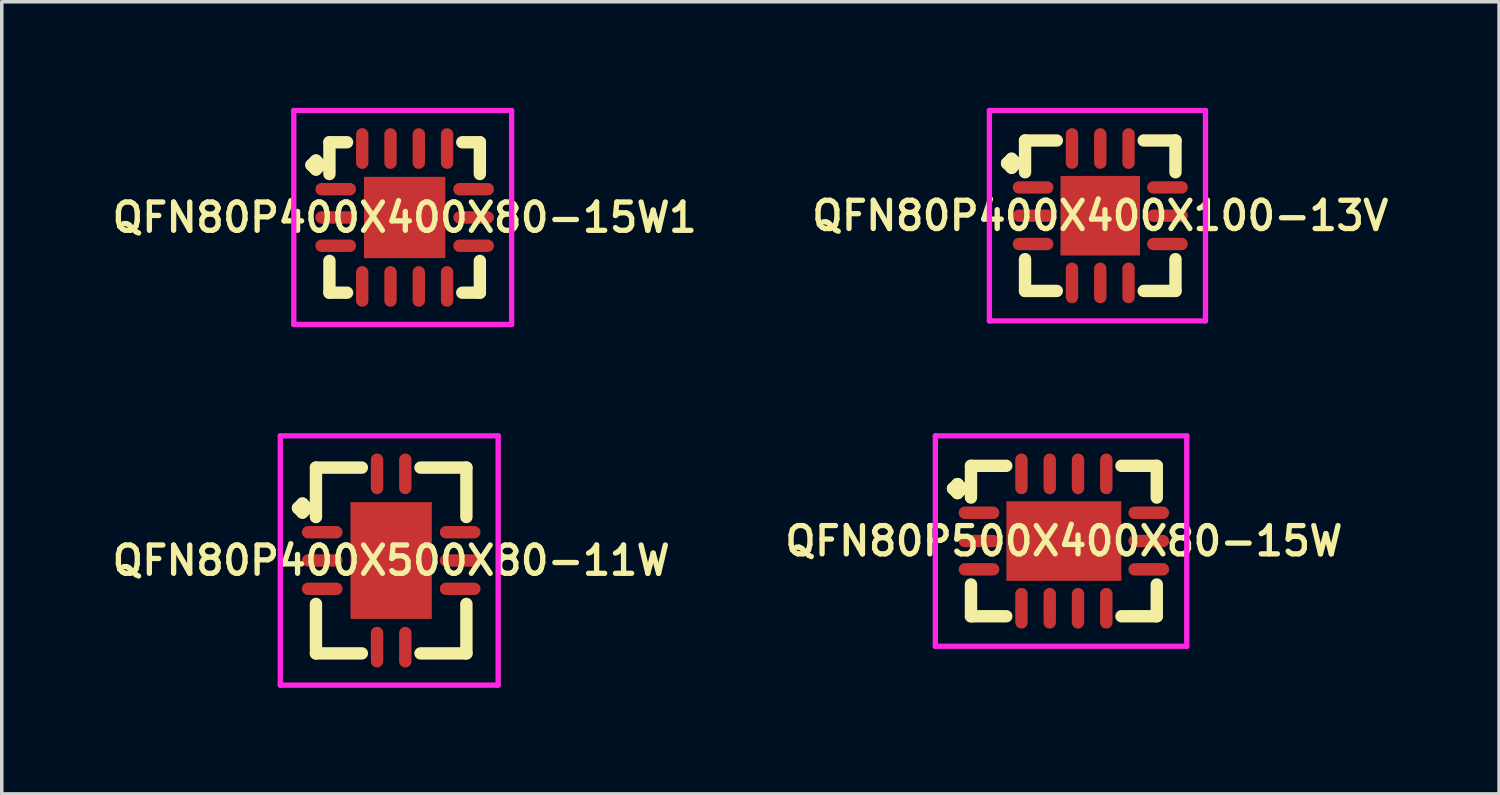
<source format=kicad_pcb>
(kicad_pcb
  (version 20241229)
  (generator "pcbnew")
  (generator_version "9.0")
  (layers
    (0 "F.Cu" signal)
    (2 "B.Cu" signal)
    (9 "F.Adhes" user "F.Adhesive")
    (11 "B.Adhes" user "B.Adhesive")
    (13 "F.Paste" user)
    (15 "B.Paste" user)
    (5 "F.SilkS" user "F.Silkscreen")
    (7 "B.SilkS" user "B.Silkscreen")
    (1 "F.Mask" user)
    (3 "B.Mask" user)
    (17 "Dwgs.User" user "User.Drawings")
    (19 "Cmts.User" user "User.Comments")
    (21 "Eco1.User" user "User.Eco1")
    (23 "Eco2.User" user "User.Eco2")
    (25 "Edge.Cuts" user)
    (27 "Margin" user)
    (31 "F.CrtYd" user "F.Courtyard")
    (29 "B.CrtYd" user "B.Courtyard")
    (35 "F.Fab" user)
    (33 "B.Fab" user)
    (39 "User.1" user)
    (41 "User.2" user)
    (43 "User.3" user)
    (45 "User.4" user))
  (footprint "QFN80P400X400X100-13V"
    (layer "F.Cu")
    (at 28.064 3.05)
    (property "Reference" "QFN80P400X400X100-13V" (at 0 0 0) (layer "F.SilkS") (effects (font (size 0.8 0.8) (thickness 0.15))))
    (attr smd)
    (fp_line (start -2.635 -1.483) (end -2.508 -1.61) (stroke (width 0.35) (type solid)) (layer "F.SilkS"))
    (fp_line (start -2.508 -1.61) (end -2.381 -1.483) (stroke (width 0.35) (type solid)) (layer "F.SilkS"))
    (fp_line (start -2.508 -1.356) (end -2.635 -1.483) (stroke (width 0.35) (type solid)) (layer "F.SilkS"))
    (fp_line (start -2.381 -1.483) (end -2.508 -1.356) (stroke (width 0.35) (type solid)) (layer "F.SilkS"))
    (fp_line (start -2.127 -2.127) (end -1.229 -2.127) (stroke (width 0.35) (type solid)) (layer "F.SilkS"))
    (fp_line (start -2.127 -1.229) (end -2.127 -2.127) (stroke (width 0.35) (type solid)) (layer "F.SilkS"))
    (fp_line (start -2.127 1.229) (end -2.127 2.127) (stroke (width 0.35) (type solid)) (layer "F.SilkS"))
    (fp_line (start -2.127 2.127) (end -1.229 2.127) (stroke (width 0.35) (type solid)) (layer "F.SilkS"))
    (fp_line (start 1.229 -2.127) (end 2.127 -2.127) (stroke (width 0.35) (type solid)) (layer "F.SilkS"))
    (fp_line (start 1.229 2.127) (end 2.127 2.127) (stroke (width 0.35) (type solid)) (layer "F.SilkS"))
    (fp_line (start 2.127 -2.127) (end 2.127 -1.229) (stroke (width 0.35) (type solid)) (layer "F.SilkS"))
    (fp_line (start 2.127 2.127) (end 2.127 1.229) (stroke (width 0.35) (type solid)) (layer "F.SilkS"))
    (fp_line (start -3.135 -2.975) (end 2.975 -2.975) (stroke (width 0.15) (type solid)) (layer "F.CrtYd"))
    (fp_line (start -3.135 2.975) (end -3.135 -2.975) (stroke (width 0.15) (type solid)) (layer "F.CrtYd"))
    (fp_line (start 2.975 -2.975) (end 2.975 2.975) (stroke (width 0.15) (type solid)) (layer "F.CrtYd"))
    (fp_line (start 2.975 2.975) (end -3.135 2.975) (stroke (width 0.15) (type solid)) (layer "F.CrtYd"))
    (pad "1" smd oval (at -1.9 -0.8) (size 1.15 0.35) (layers "F.Cu" "F.Mask" "F.Paste"))
    (pad "2" smd oval (at -1.9 0) (size 1.15 0.35) (layers "F.Cu" "F.Mask" "F.Paste"))
    (pad "3" smd oval (at -1.9 0.8) (size 1.15 0.35) (layers "F.Cu" "F.Mask" "F.Paste"))
    (pad "4" smd oval (at -0.8 1.9) (size 0.35 1.15) (layers "F.Cu" "F.Mask" "F.Paste"))
    (pad "5" smd oval (at 0 1.9) (size 0.35 1.15) (layers "F.Cu" "F.Mask" "F.Paste"))
    (pad "6" smd oval (at 0.8 1.9) (size 0.35 1.15) (layers "F.Cu" "F.Mask" "F.Paste"))
    (pad "7" smd oval (at 1.9 0.8) (size 1.15 0.35) (layers "F.Cu" "F.Mask" "F.Paste"))
    (pad "8" smd oval (at 1.9 0) (size 1.15 0.35) (layers "F.Cu" "F.Mask" "F.Paste"))
    (pad "9" smd oval (at 1.9 -0.8) (size 1.15 0.35) (layers "F.Cu" "F.Mask" "F.Paste"))
    (pad "10" smd oval (at 0.8 -1.9) (size 0.35 1.15) (layers "F.Cu" "F.Mask" "F.Paste"))
    (pad "11" smd oval (at 0 -1.9) (size 0.35 1.15) (layers "F.Cu" "F.Mask" "F.Paste"))
    (pad "12" smd oval (at -0.8 -1.9) (size 0.35 1.15) (layers "F.Cu" "F.Mask" "F.Paste"))
    (pad "13" smd rect (at 0 0) (size 2.25 2.25) (layers "F.Cu" "F.Mask" "F.Paste")))
  (footprint "QFN80P500X400X80-15W"
    (layer "F.Cu")
    (at 27.035 12.25)
    (property "Reference" "QFN80P500X400X80-15W" (at 0 0 0) (layer "F.SilkS") (effects (font (size 0.8 0.8) (thickness 0.15))))
    (attr smd)
    (fp_line (start -3.135 -1.483) (end -3.008 -1.61) (stroke (width 0.35) (type solid)) (layer "F.SilkS"))
    (fp_line (start -3.008 -1.61) (end -2.881 -1.483) (stroke (width 0.35) (type solid)) (layer "F.SilkS"))
    (fp_line (start -3.008 -1.356) (end -3.135 -1.483) (stroke (width 0.35) (type solid)) (layer "F.SilkS"))
    (fp_line (start -2.881 -1.483) (end -3.008 -1.356) (stroke (width 0.35) (type solid)) (layer "F.SilkS"))
    (fp_line (start -2.627 -2.127) (end -1.629 -2.127) (stroke (width 0.35) (type solid)) (layer "F.SilkS"))
    (fp_line (start -2.627 -1.229) (end -2.627 -2.127) (stroke (width 0.35) (type solid)) (layer "F.SilkS"))
    (fp_line (start -2.627 1.229) (end -2.627 2.127) (stroke (width 0.35) (type solid)) (layer "F.SilkS"))
    (fp_line (start -2.627 2.127) (end -1.629 2.127) (stroke (width 0.35) (type solid)) (layer "F.SilkS"))
    (fp_line (start 1.629 -2.127) (end 2.627 -2.127) (stroke (width 0.35) (type solid)) (layer "F.SilkS"))
    (fp_line (start 1.629 2.127) (end 2.627 2.127) (stroke (width 0.35) (type solid)) (layer "F.SilkS"))
    (fp_line (start 2.627 -2.127) (end 2.627 -1.229) (stroke (width 0.35) (type solid)) (layer "F.SilkS"))
    (fp_line (start 2.627 2.127) (end 2.627 1.229) (stroke (width 0.35) (type solid)) (layer "F.SilkS"))
    (fp_line (start -3.635 -2.975) (end 3.475 -2.975) (stroke (width 0.15) (type solid)) (layer "F.CrtYd"))
    (fp_line (start -3.635 2.975) (end -3.635 -2.975) (stroke (width 0.15) (type solid)) (layer "F.CrtYd"))
    (fp_line (start 3.475 -2.975) (end 3.475 2.975) (stroke (width 0.15) (type solid)) (layer "F.CrtYd"))
    (fp_line (start 3.475 2.975) (end -3.635 2.975) (stroke (width 0.15) (type solid)) (layer "F.CrtYd"))
    (pad "1" smd oval (at -2.4 -0.8) (size 1.15 0.35) (layers "F.Cu" "F.Mask" "F.Paste"))
    (pad "2" smd oval (at -2.4 0) (size 1.15 0.35) (layers "F.Cu" "F.Mask" "F.Paste"))
    (pad "3" smd oval (at -2.4 0.8) (size 1.15 0.35) (layers "F.Cu" "F.Mask" "F.Paste"))
    (pad "4" smd oval (at -1.2 1.9) (size 0.35 1.15) (layers "F.Cu" "F.Mask" "F.Paste"))
    (pad "5" smd oval (at -0.4 1.9) (size 0.35 1.15) (layers "F.Cu" "F.Mask" "F.Paste"))
    (pad "6" smd oval (at 0.4 1.9) (size 0.35 1.15) (layers "F.Cu" "F.Mask" "F.Paste"))
    (pad "7" smd oval (at 1.2 1.9) (size 0.35 1.15) (layers "F.Cu" "F.Mask" "F.Paste"))
    (pad "8" smd oval (at 2.4 0.8) (size 1.15 0.35) (layers "F.Cu" "F.Mask" "F.Paste"))
    (pad "9" smd oval (at 2.4 0) (size 1.15 0.35) (layers "F.Cu" "F.Mask" "F.Paste"))
    (pad "10" smd oval (at 2.4 -0.8) (size 1.15 0.35) (layers "F.Cu" "F.Mask" "F.Paste"))
    (pad "11" smd oval (at 1.2 -1.9) (size 0.35 1.15) (layers "F.Cu" "F.Mask" "F.Paste"))
    (pad "12" smd oval (at 0.4 -1.9) (size 0.35 1.15) (layers "F.Cu" "F.Mask" "F.Paste"))
    (pad "13" smd oval (at -0.4 -1.9) (size 0.35 1.15) (layers "F.Cu" "F.Mask" "F.Paste"))
    (pad "14" smd oval (at -1.2 -1.9) (size 0.35 1.15) (layers "F.Cu" "F.Mask" "F.Paste"))
    (pad "15" smd rect (at 0 0) (size 3.25 2.25) (layers "F.Cu" "F.Mask" "F.Paste")))
  (footprint "QFN80P400X400X80-15W1"
    (layer "F.Cu")
    (at 8.393 3.1)
    (property "Reference" "QFN80P400X400X80-15W1" (at 0 0 0) (layer "F.SilkS") (effects (font (size 0.8 0.8) (thickness 0.15))))
    (attr smd)
    (fp_line (start -2.635 -1.483) (end -2.508 -1.61) (stroke (width 0.35) (type solid)) (layer "F.SilkS"))
    (fp_line (start -2.508 -1.61) (end -2.381 -1.483) (stroke (width 0.35) (type solid)) (layer "F.SilkS"))
    (fp_line (start -2.508 -1.356) (end -2.635 -1.483) (stroke (width 0.35) (type solid)) (layer "F.SilkS"))
    (fp_line (start -2.381 -1.483) (end -2.508 -1.356) (stroke (width 0.35) (type solid)) (layer "F.SilkS"))
    (fp_line (start -2.127 -2.127) (end -1.629 -2.127) (stroke (width 0.35) (type solid)) (layer "F.SilkS"))
    (fp_line (start -2.127 -1.229) (end -2.127 -2.127) (stroke (width 0.35) (type solid)) (layer "F.SilkS"))
    (fp_line (start -2.127 1.229) (end -2.127 2.127) (stroke (width 0.35) (type solid)) (layer "F.SilkS"))
    (fp_line (start -2.127 2.127) (end -1.629 2.127) (stroke (width 0.35) (type solid)) (layer "F.SilkS"))
    (fp_line (start 1.629 -2.127) (end 2.127 -2.127) (stroke (width 0.35) (type solid)) (layer "F.SilkS"))
    (fp_line (start 1.629 2.127) (end 2.127 2.127) (stroke (width 0.35) (type solid)) (layer "F.SilkS"))
    (fp_line (start 2.127 -2.127) (end 2.127 -1.229) (stroke (width 0.35) (type solid)) (layer "F.SilkS"))
    (fp_line (start 2.127 2.127) (end 2.127 1.229) (stroke (width 0.35) (type solid)) (layer "F.SilkS"))
    (fp_line (start -3.135 -3.025) (end 3.025 -3.025) (stroke (width 0.15) (type solid)) (layer "F.CrtYd"))
    (fp_line (start -3.135 3.025) (end -3.135 -3.025) (stroke (width 0.15) (type solid)) (layer "F.CrtYd"))
    (fp_line (start 3.025 -3.025) (end 3.025 3.025) (stroke (width 0.15) (type solid)) (layer "F.CrtYd"))
    (fp_line (start 3.025 3.025) (end -3.135 3.025) (stroke (width 0.15) (type solid)) (layer "F.CrtYd"))
    (pad "1" smd oval (at -1.95 -0.8) (size 1.15 0.35) (layers "F.Cu" "F.Mask" "F.Paste"))
    (pad "2" smd oval (at -1.95 0) (size 1.15 0.35) (layers "F.Cu" "F.Mask" "F.Paste"))
    (pad "3" smd oval (at -1.95 0.8) (size 1.15 0.35) (layers "F.Cu" "F.Mask" "F.Paste"))
    (pad "4" smd oval (at -1.2 1.95) (size 0.35 1.15) (layers "F.Cu" "F.Mask" "F.Paste"))
    (pad "5" smd oval (at -0.4 1.95) (size 0.35 1.15) (layers "F.Cu" "F.Mask" "F.Paste"))
    (pad "6" smd oval (at 0.4 1.95) (size 0.35 1.15) (layers "F.Cu" "F.Mask" "F.Paste"))
    (pad "7" smd oval (at 1.2 1.95) (size 0.35 1.15) (layers "F.Cu" "F.Mask" "F.Paste"))
    (pad "8" smd oval (at 1.95 0.8) (size 1.15 0.35) (layers "F.Cu" "F.Mask" "F.Paste"))
    (pad "9" smd oval (at 1.95 0) (size 1.15 0.35) (layers "F.Cu" "F.Mask" "F.Paste"))
    (pad "10" smd oval (at 1.95 -0.8) (size 1.15 0.35) (layers "F.Cu" "F.Mask" "F.Paste"))
    (pad "11" smd oval (at 1.2 -1.95) (size 0.35 1.15) (layers "F.Cu" "F.Mask" "F.Paste"))
    (pad "12" smd oval (at 0.4 -1.95) (size 0.35 1.15) (layers "F.Cu" "F.Mask" "F.Paste"))
    (pad "13" smd oval (at -0.4 -1.95) (size 0.35 1.15) (layers "F.Cu" "F.Mask" "F.Paste"))
    (pad "14" smd oval (at -1.2 -1.95) (size 0.35 1.15) (layers "F.Cu" "F.Mask" "F.Paste"))
    (pad "15" smd rect (at 0 0) (size 2.3 2.3) (layers "F.Cu" "F.Mask" "F.Paste")))
  (footprint "QFN80P400X500X80-11W"
    (layer "F.Cu")
    (at 8.012 12.8)
    (property "Reference" "QFN80P400X500X80-11W" (at 0 0 0) (layer "F.SilkS") (effects (font (size 0.8 0.8) (thickness 0.15))))
    (attr smd)
    (fp_line (start -2.635 -1.483) (end -2.508 -1.61) (stroke (width 0.35) (type solid)) (layer "F.SilkS"))
    (fp_line (start -2.508 -1.61) (end -2.381 -1.483) (stroke (width 0.35) (type solid)) (layer "F.SilkS"))
    (fp_line (start -2.508 -1.356) (end -2.635 -1.483) (stroke (width 0.35) (type solid)) (layer "F.SilkS"))
    (fp_line (start -2.381 -1.483) (end -2.508 -1.356) (stroke (width 0.35) (type solid)) (layer "F.SilkS"))
    (fp_line (start -2.127 -2.627) (end -0.829 -2.627) (stroke (width 0.35) (type solid)) (layer "F.SilkS"))
    (fp_line (start -2.127 -1.229) (end -2.127 -2.627) (stroke (width 0.35) (type solid)) (layer "F.SilkS"))
    (fp_line (start -2.127 1.229) (end -2.127 2.627) (stroke (width 0.35) (type solid)) (layer "F.SilkS"))
    (fp_line (start -2.127 2.627) (end -0.829 2.627) (stroke (width 0.35) (type solid)) (layer "F.SilkS"))
    (fp_line (start 0.829 -2.627) (end 2.127 -2.627) (stroke (width 0.35) (type solid)) (layer "F.SilkS"))
    (fp_line (start 0.829 2.627) (end 2.127 2.627) (stroke (width 0.35) (type solid)) (layer "F.SilkS"))
    (fp_line (start 2.127 -2.627) (end 2.127 -1.229) (stroke (width 0.35) (type solid)) (layer "F.SilkS"))
    (fp_line (start 2.127 2.627) (end 2.127 1.229) (stroke (width 0.35) (type solid)) (layer "F.SilkS"))
    (fp_line (start -3.135 -3.525) (end 3.025 -3.525) (stroke (width 0.15) (type solid)) (layer "F.CrtYd"))
    (fp_line (start -3.135 3.525) (end -3.135 -3.525) (stroke (width 0.15) (type solid)) (layer "F.CrtYd"))
    (fp_line (start 3.025 -3.525) (end 3.025 3.525) (stroke (width 0.15) (type solid)) (layer "F.CrtYd"))
    (fp_line (start 3.025 3.525) (end -3.135 3.525) (stroke (width 0.15) (type solid)) (layer "F.CrtYd"))
    (pad "1" smd oval (at -1.95 -0.8) (size 1.15 0.35) (layers "F.Cu" "F.Mask" "F.Paste"))
    (pad "2" smd oval (at -1.95 0) (size 1.15 0.35) (layers "F.Cu" "F.Mask" "F.Paste"))
    (pad "3" smd oval (at -1.95 0.8) (size 1.15 0.35) (layers "F.Cu" "F.Mask" "F.Paste"))
    (pad "4" smd oval (at -0.4 2.45) (size 0.35 1.15) (layers "F.Cu" "F.Mask" "F.Paste"))
    (pad "5" smd oval (at 0.4 2.45) (size 0.35 1.15) (layers "F.Cu" "F.Mask" "F.Paste"))
    (pad "6" smd oval (at 1.95 0.8) (size 1.15 0.35) (layers "F.Cu" "F.Mask" "F.Paste"))
    (pad "7" smd oval (at 1.95 0) (size 1.15 0.35) (layers "F.Cu" "F.Mask" "F.Paste"))
    (pad "8" smd oval (at 1.95 -0.8) (size 1.15 0.35) (layers "F.Cu" "F.Mask" "F.Paste"))
    (pad "9" smd oval (at 0.4 -2.45) (size 0.35 1.15) (layers "F.Cu" "F.Mask" "F.Paste"))
    (pad "10" smd oval (at -0.4 -2.45) (size 0.35 1.15) (layers "F.Cu" "F.Mask" "F.Paste"))
    (pad "11" smd rect (at 0 0) (size 2.3 3.3) (layers "F.Cu" "F.Mask" "F.Paste")))
  (gr_rect
    (start -3 -3)
    (end 39.342 19.4)
    (stroke (width 0.1) (type default))
    (fill no)
    (layer "Edge.Cuts")))
</source>
